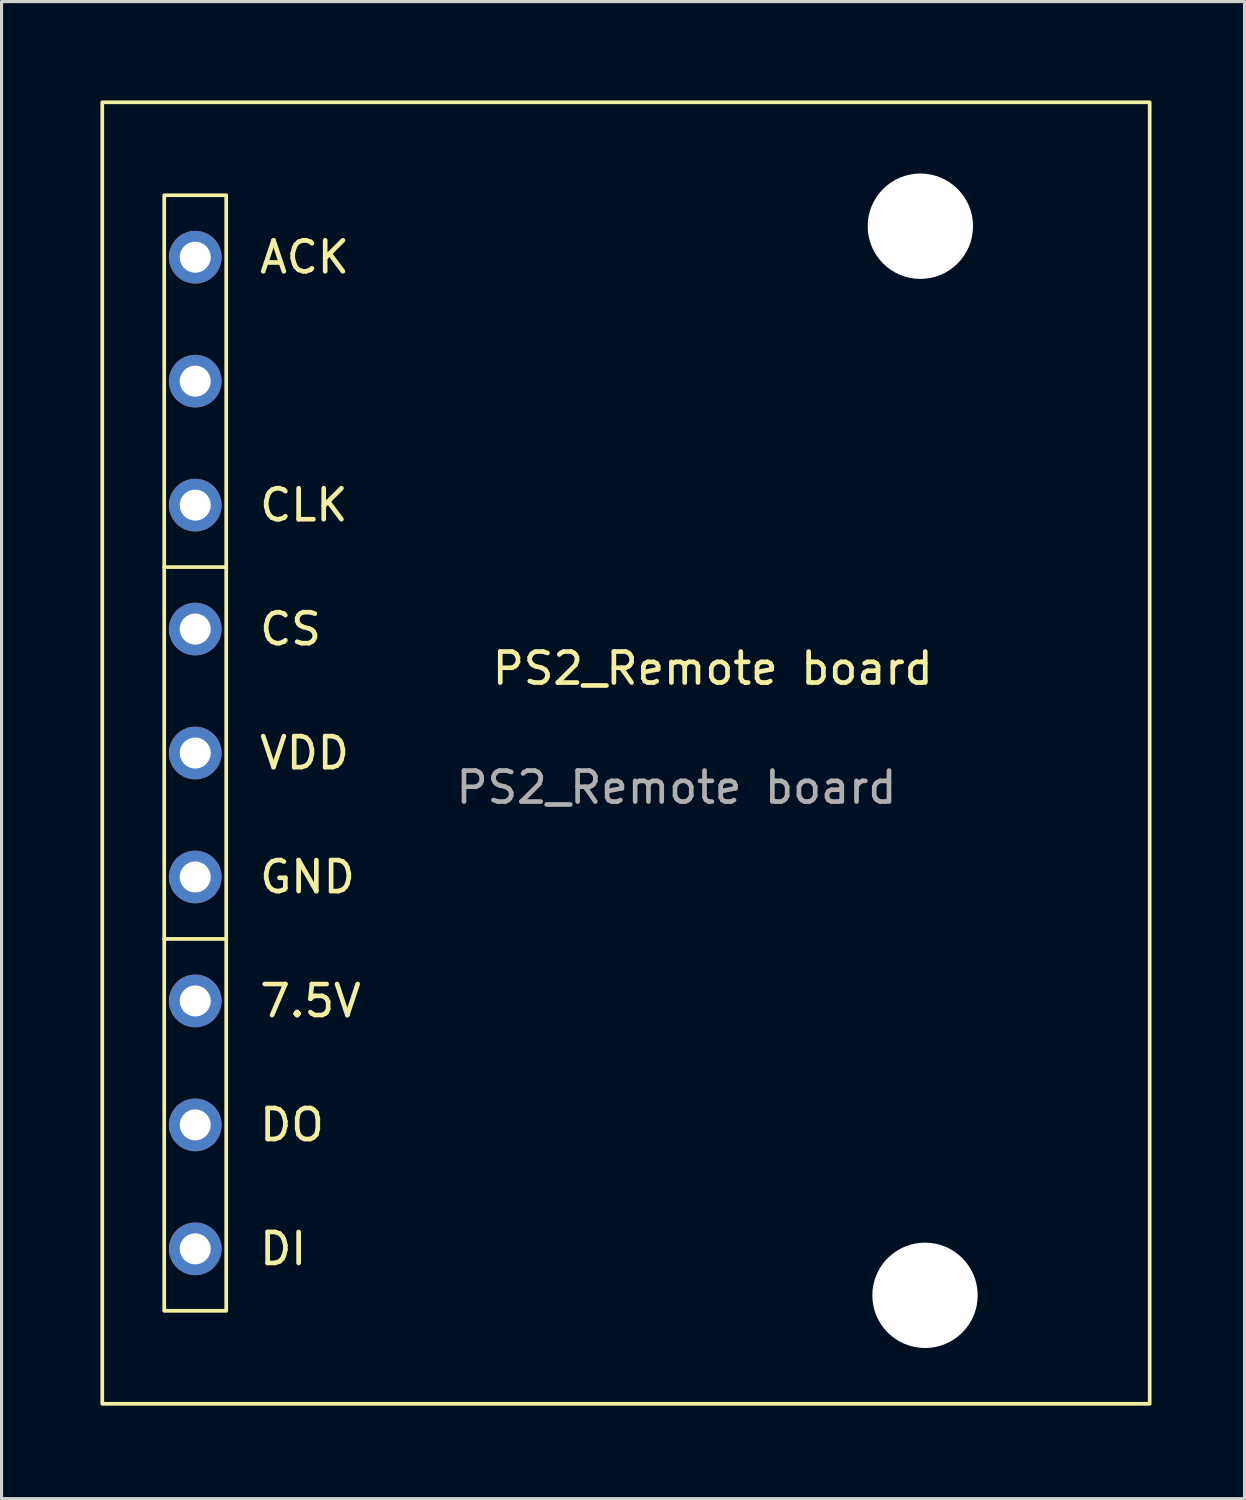
<source format=kicad_pcb>
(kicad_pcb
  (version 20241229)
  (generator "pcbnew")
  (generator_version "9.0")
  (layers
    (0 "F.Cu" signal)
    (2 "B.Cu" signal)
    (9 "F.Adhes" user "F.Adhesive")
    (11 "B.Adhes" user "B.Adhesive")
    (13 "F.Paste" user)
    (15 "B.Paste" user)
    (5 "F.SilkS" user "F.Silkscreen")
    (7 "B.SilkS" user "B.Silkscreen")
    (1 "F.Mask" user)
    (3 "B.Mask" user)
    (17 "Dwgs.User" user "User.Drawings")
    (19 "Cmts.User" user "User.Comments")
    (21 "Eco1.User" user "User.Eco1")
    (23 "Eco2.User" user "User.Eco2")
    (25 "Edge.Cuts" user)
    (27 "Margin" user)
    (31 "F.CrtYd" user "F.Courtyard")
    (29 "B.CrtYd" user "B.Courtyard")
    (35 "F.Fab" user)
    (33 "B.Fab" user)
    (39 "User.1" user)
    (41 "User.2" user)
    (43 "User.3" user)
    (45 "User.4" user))
  (footprint "PS2_Remote board"
    (layer "F.Cu")
    (at 0.25 0.25)
    (property "Reference" "PS2_Remote board" (at 19.7 18.27 0) (unlocked yes) (layer "F.SilkS") (effects (font (size 1 1) (thickness 0.15))))
    (attr smd)
    (fp_line (start 2 15) (end 4 15) (stroke (width 0.12) (type default)) (layer "F.SilkS"))
    (fp_line (start 2 27) (end 4 27) (stroke (width 0.12) (type default)) (layer "F.SilkS"))
    (fp_rect (start 0 0) (end 33.8 42) (stroke (width 0.12) (type default)) (fill no) (layer "F.SilkS"))
    (fp_rect (start 2 3) (end 4 39) (stroke (width 0.12) (type default)) (fill no) (layer "F.SilkS"))
    (fp_text user "CS" (at 5 17 0) (unlocked yes) (layer "F.SilkS") (effects (font (size 1 1) (thickness 0.15)) (justify left)))
    (fp_text user "7.5V" (at 5 29 0) (unlocked yes) (layer "F.SilkS") (effects (font (size 1 1) (thickness 0.15)) (justify left)))
    (fp_text user "VDD" (at 5 21 0) (unlocked yes) (layer "F.SilkS") (effects (font (size 1 1) (thickness 0.15)) (justify left)))
    (fp_text user "ACK" (at 5 5 0) (unlocked yes) (layer "F.SilkS") (effects (font (size 1 1) (thickness 0.15)) (justify left)))
    (fp_text user "GND" (at 5 25 0) (unlocked yes) (layer "F.SilkS") (effects (font (size 1 1) (thickness 0.15)) (justify left)))
    (fp_text user "CLK" (at 5 13 0) (unlocked yes) (layer "F.SilkS") (effects (font (size 1 1) (thickness 0.15)) (justify left)))
    (fp_text user "DO" (at 5 33 0) (unlocked yes) (layer "F.SilkS") (effects (font (size 1 1) (thickness 0.15)) (justify left)))
    (fp_text user "DI" (at 5 37 0) (unlocked yes) (layer "F.SilkS") (effects (font (size 1 1) (thickness 0.15)) (justify left)))
    (fp_text user "${REFERENCE}" (at 18.53 22.11 0) (unlocked yes) (layer "F.Fab") (effects (font (size 1 1) (thickness 0.15))))
    (pad "" thru_hole circle (at 3 9) (size 1.7 1.7) (drill 1) (layers "*.Cu" "*.Mask"))
    (pad "" np_thru_hole circle (at 26.4 4) (size 3.4 3.4) (drill 3.4) (layers "*.Cu" "*.Mask"))
    (pad "" np_thru_hole circle (at 26.55 38.5) (size 3.4 3.4) (drill 3.4) (layers "*.Cu" "*.Mask"))
    (pad "1" thru_hole circle (at 3 5) (size 1.7 1.7) (drill 1) (layers "*.Cu" "*.Mask"))
    (pad "3" thru_hole circle (at 3 13) (size 1.7 1.7) (drill 1) (layers "*.Cu" "*.Mask"))
    (pad "4" thru_hole circle (at 3 17) (size 1.7 1.7) (drill 1) (layers "*.Cu" "*.Mask"))
    (pad "5" thru_hole circle (at 3 21) (size 1.7 1.7) (drill 1) (layers "*.Cu" "*.Mask"))
    (pad "6" thru_hole circle (at 3 25) (size 1.7 1.7) (drill 1) (layers "*.Cu" "*.Mask"))
    (pad "7" thru_hole circle (at 3 29) (size 1.7 1.7) (drill 1) (layers "*.Cu" "*.Mask"))
    (pad "8" thru_hole circle (at 3 33) (size 1.7 1.7) (drill 1) (layers "*.Cu" "*.Mask"))
    (pad "9" thru_hole circle (at 3 37) (size 1.7 1.7) (drill 1) (layers "*.Cu" "*.Mask")))
  (gr_rect
    (start -3 -3)
    (end 37.11 45.31)
    (stroke (width 0.1) (type default))
    (fill no)
    (layer "Edge.Cuts")))
</source>
